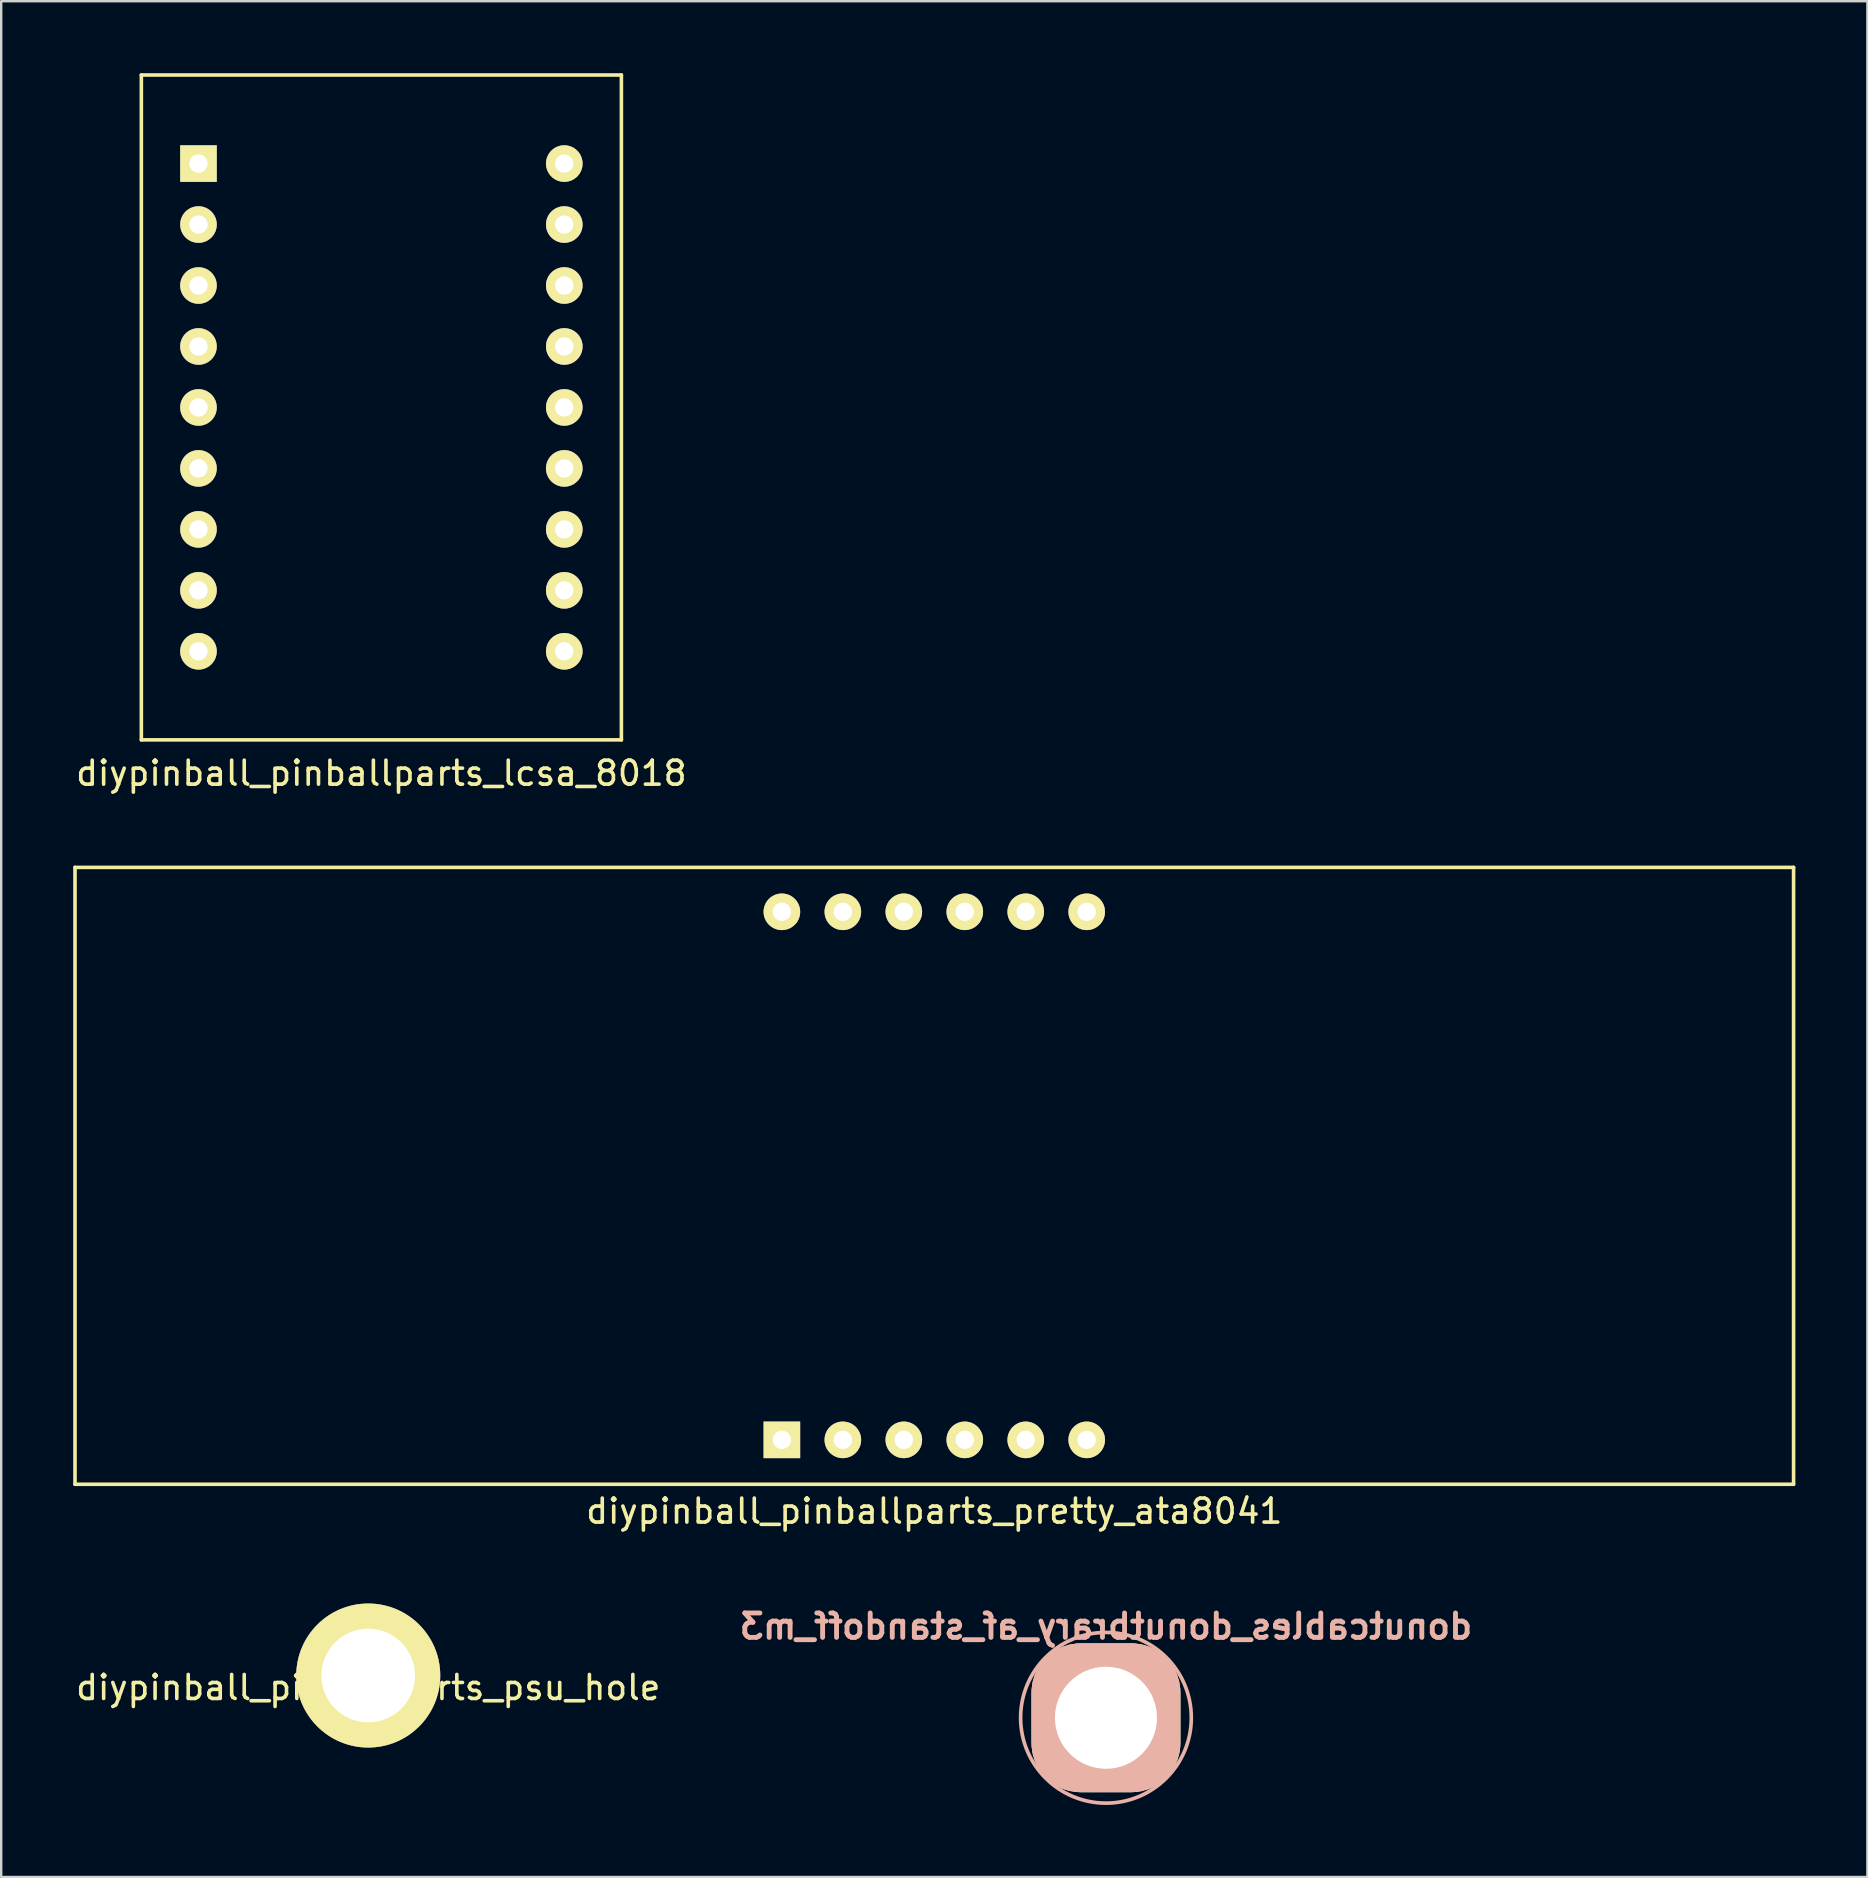
<source format=kicad_pcb>
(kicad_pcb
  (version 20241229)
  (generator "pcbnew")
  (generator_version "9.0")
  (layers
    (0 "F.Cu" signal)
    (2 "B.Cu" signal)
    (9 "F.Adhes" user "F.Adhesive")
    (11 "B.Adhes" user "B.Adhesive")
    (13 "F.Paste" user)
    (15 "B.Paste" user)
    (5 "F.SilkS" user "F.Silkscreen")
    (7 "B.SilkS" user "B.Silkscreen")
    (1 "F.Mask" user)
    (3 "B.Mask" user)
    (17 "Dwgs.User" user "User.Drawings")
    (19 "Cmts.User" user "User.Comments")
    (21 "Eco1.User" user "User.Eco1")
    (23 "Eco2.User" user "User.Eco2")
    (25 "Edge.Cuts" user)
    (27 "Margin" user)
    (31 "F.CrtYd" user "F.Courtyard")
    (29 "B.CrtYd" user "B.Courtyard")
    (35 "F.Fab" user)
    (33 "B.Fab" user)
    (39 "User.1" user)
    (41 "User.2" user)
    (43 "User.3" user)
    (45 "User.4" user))
  (footprint "diypinball_pinballparts_lcsa_8018"
    (layer "F.Cu")
    (at 12.839 13.925)
    (property "Reference" "diypinball_pinballparts_lcsa_8018" (at 0 15.24 0) (layer "F.SilkS") (effects (font (size 1 1) (thickness 0.15))))
    (attr through_hole)
    (fp_line (start -10 -13.85) (end -10 13.85) (stroke (width 0.15) (type solid)) (layer "F.SilkS"))
    (fp_line (start -10 13.85) (end 10 13.85) (stroke (width 0.15) (type solid)) (layer "F.SilkS"))
    (fp_line (start 10 -13.85) (end -10 -13.85) (stroke (width 0.15) (type solid)) (layer "F.SilkS"))
    (fp_line (start 10 13.85) (end 10 -13.85) (stroke (width 0.15) (type solid)) (layer "F.SilkS"))
    (pad "1" thru_hole rect (at -7.62 -10.16) (size 1.524 1.524) (drill 0.762) (layers "*.Cu" "*.Mask" "F.SilkS"))
    (pad "2" thru_hole circle (at -7.62 -7.62) (size 1.524 1.524) (drill 0.762) (layers "*.Cu" "*.Mask" "F.SilkS"))
    (pad "3" thru_hole circle (at -7.62 -5.08) (size 1.524 1.524) (drill 0.762) (layers "*.Cu" "*.Mask" "F.SilkS"))
    (pad "4" thru_hole circle (at -7.62 -2.54) (size 1.524 1.524) (drill 0.762) (layers "*.Cu" "*.Mask" "F.SilkS"))
    (pad "5" thru_hole circle (at -7.62 0) (size 1.524 1.524) (drill 0.762) (layers "*.Cu" "*.Mask" "F.SilkS"))
    (pad "6" thru_hole circle (at -7.62 2.54) (size 1.524 1.524) (drill 0.762) (layers "*.Cu" "*.Mask" "F.SilkS"))
    (pad "7" thru_hole circle (at -7.62 5.08) (size 1.524 1.524) (drill 0.762) (layers "*.Cu" "*.Mask" "F.SilkS"))
    (pad "8" thru_hole circle (at -7.62 7.62) (size 1.524 1.524) (drill 0.762) (layers "*.Cu" "*.Mask" "F.SilkS"))
    (pad "9" thru_hole circle (at -7.62 10.16) (size 1.524 1.524) (drill 0.762) (layers "*.Cu" "*.Mask" "F.SilkS"))
    (pad "10" thru_hole circle (at 7.62 10.16) (size 1.524 1.524) (drill 0.762) (layers "*.Cu" "*.Mask" "F.SilkS"))
    (pad "11" thru_hole circle (at 7.62 7.62) (size 1.524 1.524) (drill 0.762) (layers "*.Cu" "*.Mask" "F.SilkS"))
    (pad "12" thru_hole circle (at 7.62 5.08) (size 1.524 1.524) (drill 0.762) (layers "*.Cu" "*.Mask" "F.SilkS"))
    (pad "13" thru_hole circle (at 7.62 2.54) (size 1.524 1.524) (drill 0.762) (layers "*.Cu" "*.Mask" "F.SilkS"))
    (pad "14" thru_hole circle (at 7.62 0) (size 1.524 1.524) (drill 0.762) (layers "*.Cu" "*.Mask" "F.SilkS"))
    (pad "15" thru_hole circle (at 7.62 -2.54) (size 1.524 1.524) (drill 0.762) (layers "*.Cu" "*.Mask" "F.SilkS"))
    (pad "16" thru_hole circle (at 7.62 -5.08) (size 1.524 1.524) (drill 0.762) (layers "*.Cu" "*.Mask" "F.SilkS"))
    (pad "17" thru_hole circle (at 7.62 -7.62) (size 1.524 1.524) (drill 0.762) (layers "*.Cu" "*.Mask" "F.SilkS"))
    (pad "18" thru_hole circle (at 7.62 -10.16) (size 1.524 1.524) (drill 0.762) (layers "*.Cu" "*.Mask" "F.SilkS")))
  (footprint "diypinball_pinballparts_psu_hole"
    (layer "F.Cu")
    (at 12.292 66.757)
    (property "Reference" "diypinball_pinballparts_psu_hole" (at 0 0.5 0) (layer "F.SilkS") (effects (font (size 1 1) (thickness 0.15))))
    (attr through_hole)
    (pad "1" thru_hole circle (at 0 0) (size 6 6) (drill 3.9) (layers "*.Cu" "*.Mask" "F.SilkS")))
  (footprint "diypinball_pinballparts_pretty_ata8041"
    (layer "F.Cu")
    (at 35.875 45.938)
    (property "Reference" "diypinball_pinballparts_pretty_ata8041" (at 0 13.97 0) (layer "F.SilkS") (effects (font (size 1 1) (thickness 0.15))))
    (attr through_hole)
    (fp_line (start -35.8 -12.85) (end -35.8 12.85) (stroke (width 0.15) (type solid)) (layer "F.SilkS"))
    (fp_line (start -35.8 12.85) (end 35.8 12.85) (stroke (width 0.15) (type solid)) (layer "F.SilkS"))
    (fp_line (start 35.8 -12.85) (end -35.8 -12.85) (stroke (width 0.15) (type solid)) (layer "F.SilkS"))
    (fp_line (start 35.8 12.85) (end 35.8 -12.85) (stroke (width 0.15) (type solid)) (layer "F.SilkS"))
    (pad "1" thru_hole rect (at -6.35 11) (size 1.524 1.524) (drill 0.762) (layers "*.Cu" "*.Mask" "F.SilkS"))
    (pad "2" thru_hole circle (at -3.81 11) (size 1.524 1.524) (drill 0.762) (layers "*.Cu" "*.Mask" "F.SilkS"))
    (pad "3" thru_hole circle (at -1.27 11) (size 1.524 1.524) (drill 0.762) (layers "*.Cu" "*.Mask" "F.SilkS"))
    (pad "4" thru_hole circle (at 1.27 11) (size 1.524 1.524) (drill 0.762) (layers "*.Cu" "*.Mask" "F.SilkS"))
    (pad "5" thru_hole circle (at 3.81 11) (size 1.524 1.524) (drill 0.762) (layers "*.Cu" "*.Mask" "F.SilkS"))
    (pad "6" thru_hole circle (at 6.35 11) (size 1.524 1.524) (drill 0.762) (layers "*.Cu" "*.Mask" "F.SilkS"))
    (pad "7" thru_hole circle (at 6.35 -11) (size 1.524 1.524) (drill 0.762) (layers "*.Cu" "*.Mask" "F.SilkS"))
    (pad "8" thru_hole circle (at 3.81 -11) (size 1.524 1.524) (drill 0.762) (layers "*.Cu" "*.Mask" "F.SilkS"))
    (pad "9" thru_hole circle (at 1.27 -11) (size 1.524 1.524) (drill 0.762) (layers "*.Cu" "*.Mask" "F.SilkS"))
    (pad "10" thru_hole circle (at -1.27 -11) (size 1.524 1.524) (drill 0.762) (layers "*.Cu" "*.Mask" "F.SilkS"))
    (pad "11" thru_hole circle (at -3.81 -11) (size 1.524 1.524) (drill 0.762) (layers "*.Cu" "*.Mask" "F.SilkS"))
    (pad "12" thru_hole circle (at -6.35 -11) (size 1.524 1.524) (drill 0.762) (layers "*.Cu" "*.Mask" "F.SilkS")))
  (footprint "donutcables_donutbrary_af_standoff_m3"
    (layer "F.Cu")
    (at 43.027 68.517)
    (property "Reference" "donutcables_donutbrary_af_standoff_m3" (at 0 -3.81 0) (unlocked yes) (layer "B.SilkS") (effects (font (size 1.016 1.016) (thickness 0.203)) (justify mirror)))
    (property "Value" "${VALUE}" (at 0 3.81 0) (unlocked yes) (layer "F.Fab") (hide yes) (effects (font (size 1.016 1.016) (thickness 0.203))))
    (attr through_hole)
    (fp_circle (center 0 0) (end 2.032 0) (stroke (width 0.203) (type solid)) (fill yes) (layer "F.Mask"))
    (fp_circle (center 0 0) (end 3.556 0) (stroke (width 0.152) (type solid)) (fill no) (layer "B.SilkS"))
    (pad "" np_thru_hole roundrect (at 0 0) (size 6.2 6.2) (drill 4.25) (layers "*.SilkS" "B.Cu" "B.Mask") (roundrect_rratio 0.33)))
  (gr_rect
    (start -3 -3)
    (end 74.75 75.15)
    (stroke (width 0.1) (type default))
    (fill no)
    (layer "Edge.Cuts")))
</source>
